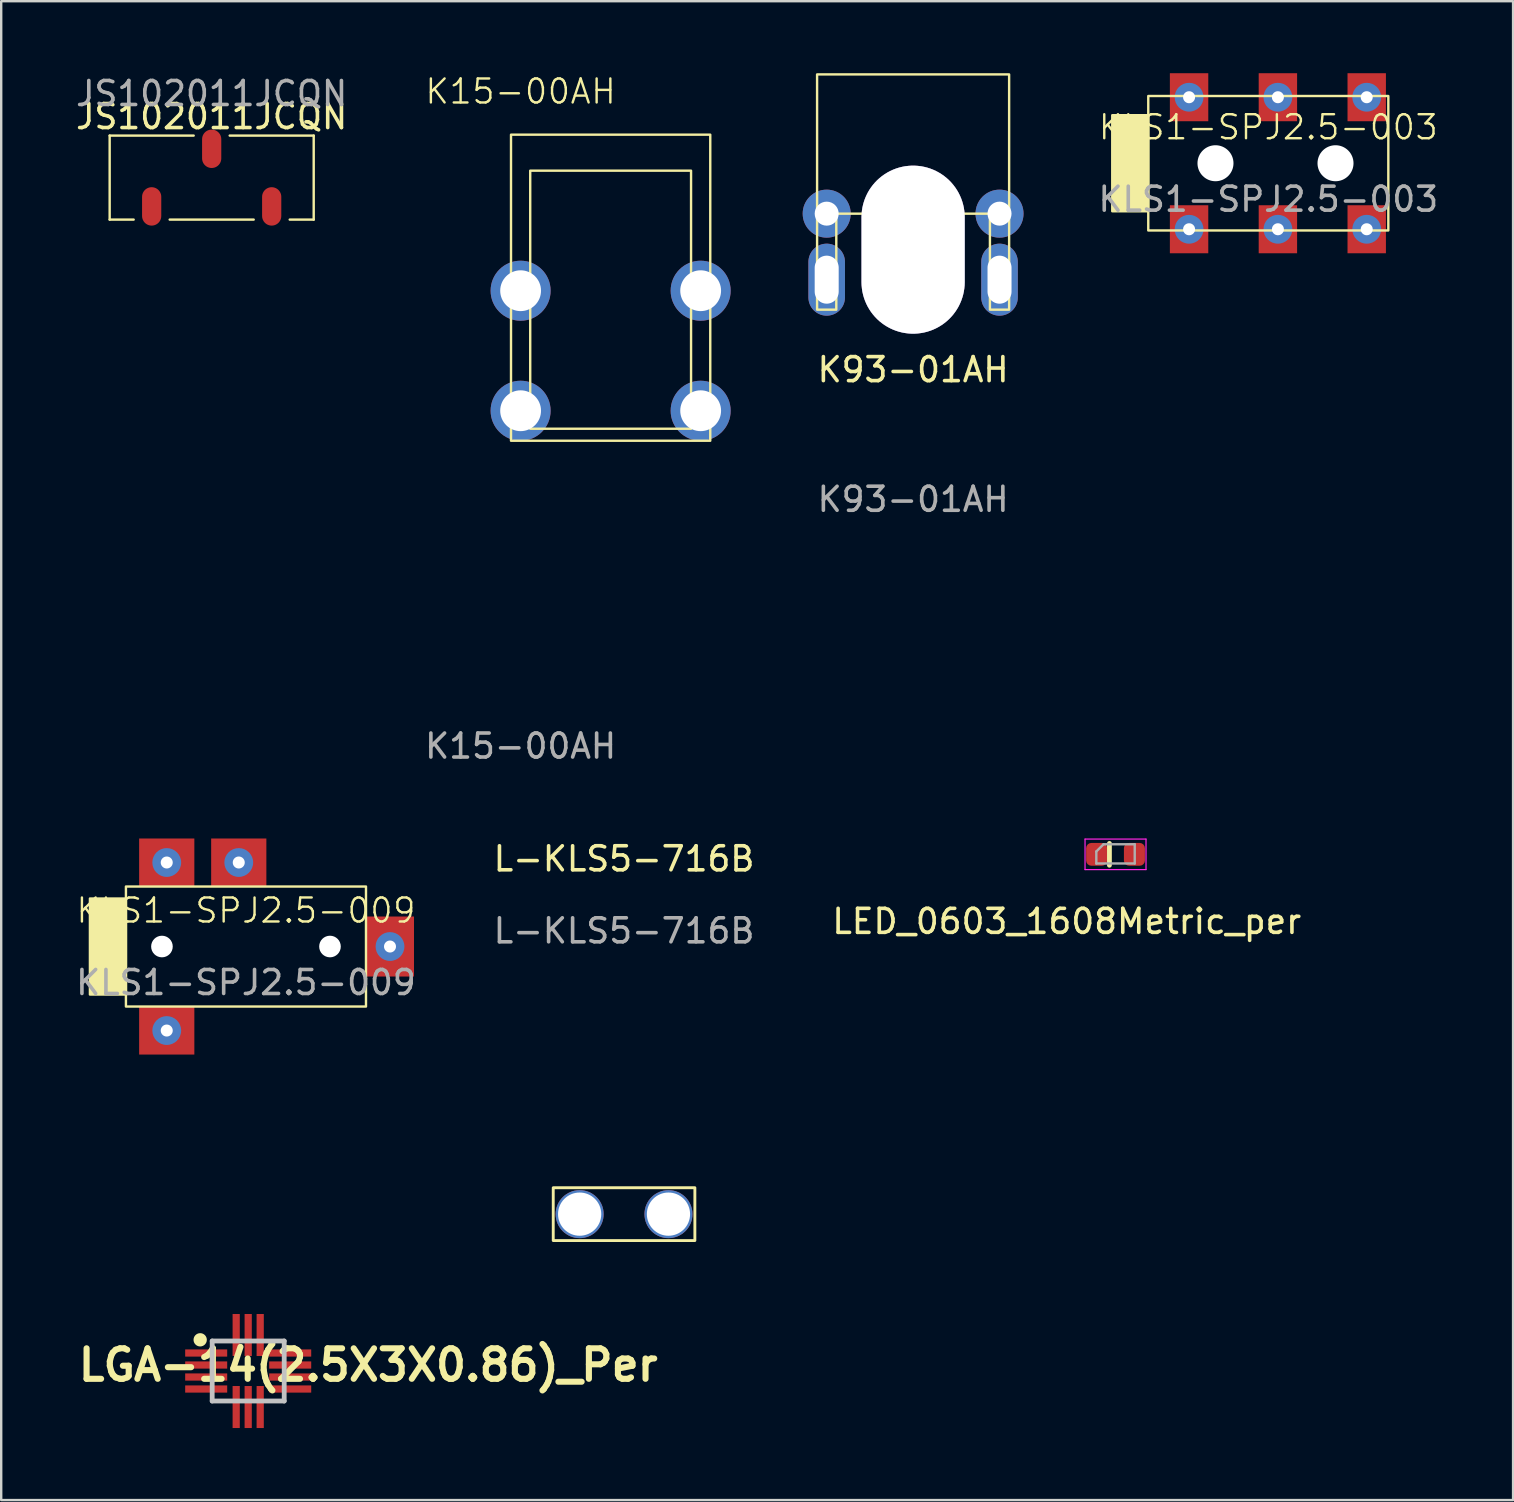
<source format=kicad_pcb>
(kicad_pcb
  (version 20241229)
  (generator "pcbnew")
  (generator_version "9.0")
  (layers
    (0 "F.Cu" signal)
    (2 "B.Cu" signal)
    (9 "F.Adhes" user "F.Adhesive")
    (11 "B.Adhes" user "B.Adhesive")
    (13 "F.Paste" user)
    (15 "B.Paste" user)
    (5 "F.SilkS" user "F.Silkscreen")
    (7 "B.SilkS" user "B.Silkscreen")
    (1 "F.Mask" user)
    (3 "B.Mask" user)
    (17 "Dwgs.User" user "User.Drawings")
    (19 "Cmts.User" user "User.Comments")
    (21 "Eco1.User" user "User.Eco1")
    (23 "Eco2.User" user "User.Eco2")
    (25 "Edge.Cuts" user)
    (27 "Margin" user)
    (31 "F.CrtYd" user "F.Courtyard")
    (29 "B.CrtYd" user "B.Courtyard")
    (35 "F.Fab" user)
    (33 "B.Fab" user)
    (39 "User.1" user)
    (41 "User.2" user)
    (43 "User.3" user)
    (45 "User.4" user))
  (footprint "KLS1-SPJ2.5-003"
    (layer "F.Cu")
    (at 50.083 3.75)
    (property "Reference" "KLS1-SPJ2.5-003" (at -0.3 -1.5 0) (unlocked yes) (layer "F.SilkS") (effects (font (size 1 1) (thickness 0.1))))
    (attr smd)
    (fp_rect (start -6.8 -2) (end -5.3 2) (stroke (width 0.1) (type solid)) (fill yes) (layer "F.SilkS"))
    (fp_rect (start -5.3 -2.8) (end 4.7 2.8) (stroke (width 0.1) (type default)) (fill no) (layer "F.SilkS"))
    (fp_text user "${REFERENCE}" (at -0.3 1.5 0) (unlocked yes) (layer "F.Fab") (effects (font (size 1 1) (thickness 0.15))))
    (pad "" np_thru_hole circle (at -2.5 0) (size 1.5 1.5) (drill 1.5) (layers "*.Cu" "*.Mask"))
    (pad "" np_thru_hole circle (at 2.5 0) (size 1.5 1.5) (drill 1.5) (layers "*.Cu" "*.Mask"))
    (pad "1" thru_hole circle (at -3.6 -2.75) (size 1.2 1.2) (drill 0.5) (layers "*.Cu" "*.Mask"))
    (pad "1" smd rect (at -3.6 -2.75) (size 1.6 2) (layers "F.Cu" "F.Mask" "F.Paste"))
    (pad "2" thru_hole circle (at 0.1 2.75) (size 1.2 1.2) (drill 0.5) (layers "*.Cu" "*.Mask"))
    (pad "2" smd rect (at 0.1 2.75) (size 1.6 2) (layers "F.Cu" "F.Mask" "F.Paste"))
    (pad "3" thru_hole circle (at 0.1 -2.75) (size 1.2 1.2) (drill 0.5) (layers "*.Cu" "*.Mask"))
    (pad "3" smd rect (at 0.1 -2.75) (size 1.6 2) (layers "F.Cu" "F.Mask" "F.Paste"))
    (pad "4" thru_hole circle (at -3.6 2.75) (size 1.2 1.2) (drill 0.5) (layers "*.Cu" "*.Mask"))
    (pad "4" smd rect (at -3.6 2.75) (size 1.6 2) (layers "F.Cu" "F.Mask" "F.Paste"))
    (pad "10" thru_hole circle (at 3.8 2.75) (size 1.2 1.2) (drill 0.5) (layers "*.Cu" "*.Mask"))
    (pad "10" smd rect (at 3.8 2.75) (size 1.6 2) (layers "F.Cu" "F.Mask" "F.Paste"))
    (pad "11" thru_hole circle (at 3.8 -2.75) (size 1.2 1.2) (drill 0.5) (layers "*.Cu" "*.Mask"))
    (pad "11" smd rect (at 3.8 -2.75) (size 1.6 2) (layers "F.Cu" "F.Mask" "F.Paste")))
  (footprint "K93-01AH"
    (layer "F.Cu")
    (at 34.987 9.85)
    (property "Reference" "K93-01AH" (at 0 2.5 0) (unlocked yes) (layer "F.SilkS") (effects (font (size 1 1) (thickness 0.15))))
    (attr through_hole)
    (fp_poly (pts (xy -4 0) (xy -3.2 0) (xy -3.2 -4) (xy 3.2 -4) (xy 3.2 0) (xy 4 0) (xy 4 -9.8) (xy -4 -9.8)) (stroke (width 0.1) (type solid)) (fill no) (layer "F.SilkS"))
    (fp_text user "${REFERENCE}" (at 0 7.9 0) (unlocked yes) (layer "F.Fab") (effects (font (size 1 1) (thickness 0.15))))
    (pad "1" thru_hole oval (at -3.6 -4) (size 2 2) (drill 1) (layers "*.Cu" "*.Mask"))
    (pad "1" thru_hole oval (at -3.6 -1.25) (size 1.524 3) (drill oval 1 2) (layers "*.Cu" "*.Mask"))
    (pad "1" thru_hole oval (at 0 -2.5) (size 4.3 7) (drill oval 4.3 7) (layers "*.Cu" "*.Mask"))
    (pad "1" thru_hole oval (at 3.6 -4) (size 2 2) (drill 1) (layers "*.Cu" "*.Mask"))
    (pad "1" thru_hole oval (at 3.6 -1.25) (size 1.524 3) (drill oval 1 2) (layers "*.Cu" "*.Mask")))
  (footprint "LGA-14(2.5X3X0.86)_Per"
    (layer "F.Cu")
    (at 7.289 54.062)
    (property "Reference" "LGA-14(2.5X3X0.86)_Per" (at 5 -0.25 0) (unlocked yes) (layer "F.SilkS") (effects (font (size 1.27 1.27) (thickness 0.254))))
    (attr smd)
    (fp_circle (center -2 -1.3) (end -1.85 -1.3) (stroke (width 0.254) (type solid)) (fill yes) (layer "F.SilkS"))
    (fp_line (start -1.5 -1.25) (end 1.5 -1.25) (stroke (width 0.2) (type solid)) (layer "Dwgs.User"))
    (fp_line (start -1.5 1.25) (end -1.5 -1.25) (stroke (width 0.2) (type solid)) (layer "Dwgs.User"))
    (fp_line (start 1.5 -1.25) (end 1.5 1.25) (stroke (width 0.2) (type solid)) (layer "Dwgs.User"))
    (fp_line (start 1.5 1.25) (end -1.5 1.25) (stroke (width 0.2) (type solid)) (layer "Dwgs.User"))
    (pad "1" smd rect (at -1.75 -0.75 90) (size 0.3 1.75) (layers "F.Cu" "F.Mask" "F.Paste"))
    (pad "2" smd rect (at -1.75 -0.25 90) (size 0.3 1.75) (layers "F.Cu" "F.Mask" "F.Paste"))
    (pad "3" smd rect (at -1.75 0.25 90) (size 0.3 1.75) (layers "F.Cu" "F.Mask" "F.Paste"))
    (pad "4" smd rect (at -1.75 0.75 90) (size 0.3 1.75) (layers "F.Cu" "F.Mask" "F.Paste"))
    (pad "5" smd rect (at -0.5 1.5) (size 0.3 1.75) (layers "F.Cu" "F.Mask" "F.Paste"))
    (pad "6" smd rect (at 0 1.5) (size 0.3 1.75) (layers "F.Cu" "F.Mask" "F.Paste"))
    (pad "7" smd rect (at 0.5 1.5) (size 0.3 1.75) (layers "F.Cu" "F.Mask" "F.Paste"))
    (pad "8" smd rect (at 1.75 0.75 90) (size 0.3 1.75) (layers "F.Cu" "F.Mask" "F.Paste"))
    (pad "9" smd rect (at 1.75 0.25 90) (size 0.3 1.75) (layers "F.Cu" "F.Mask" "F.Paste"))
    (pad "10" smd rect (at 1.75 -0.25 90) (size 0.3 1.75) (layers "F.Cu" "F.Mask" "F.Paste"))
    (pad "11" smd rect (at 1.75 -0.75 90) (size 0.3 1.75) (layers "F.Cu" "F.Mask" "F.Paste"))
    (pad "12" smd rect (at 0.5 -1.5) (size 0.3 1.75) (layers "F.Cu" "F.Mask" "F.Paste"))
    (pad "13" smd rect (at 0 -1.5) (size 0.3 1.75) (layers "F.Cu" "F.Mask" "F.Paste"))
    (pad "14" smd rect (at -0.5 -1.5) (size 0.3 1.75) (layers "F.Cu" "F.Mask" "F.Paste")))
  (footprint "K15-00AH"
    (layer "F.Cu")
    (at 18.637 14.06)
    (property "Reference" "K15-00AH" (at 0 -13.3 0) (unlocked yes) (layer "F.SilkS") (effects (font (size 1 1) (thickness 0.1))))
    (attr through_hole)
    (fp_rect (start -0.4 1.25) (end 7.9 -11.5) (stroke (width 0.1) (type default)) (fill no) (layer "F.SilkS"))
    (fp_rect (start 0.4 0.75) (end 7.1 -10) (stroke (width 0.1) (type default)) (fill no) (layer "F.SilkS"))
    (fp_text user "${REFERENCE}" (at 0 13.97 0) (unlocked yes) (layer "F.Fab") (effects (font (size 1 1) (thickness 0.15))))
    (pad "1" thru_hole circle (at 0 -5) (size 2.5 2.5) (drill 1.7) (layers "*.Cu" "*.Mask"))
    (pad "1" thru_hole circle (at 0 0) (size 2.5 2.5) (drill 1.7) (layers "*.Cu" "*.Mask"))
    (pad "1" thru_hole circle (at 7.5 -5) (size 2.5 2.5) (drill 1.7) (layers "*.Cu" "*.Mask"))
    (pad "1" thru_hole circle (at 7.5 0) (size 2.5 2.5) (drill 1.7) (layers "*.Cu" "*.Mask")))
  (footprint "L-KLS5-716B"
    (layer "F.Cu")
    (at 22.946 47.727)
    (property "Reference" "L-KLS5-716B" (at 0 -15 0) (unlocked yes) (layer "F.SilkS") (effects (font (size 1 1) (thickness 0.15))))
    (attr through_hole)
    (fp_rect (start -2.95 -1.3) (end 2.95 0.9) (stroke (width 0.12) (type default)) (fill no) (layer "F.SilkS"))
    (fp_text user "${REFERENCE}" (at 0 -12 0) (unlocked yes) (layer "F.Fab") (effects (font (size 1 1) (thickness 0.15))))
    (pad "1" thru_hole circle (at -1.85 -0.2) (size 2 2) (drill 1.8) (layers "*.Cu" "*.Mask"))
    (pad "1" thru_hole circle (at 1.85 -0.2) (size 2 2) (drill 1.8) (layers "*.Cu" "*.Mask")))
  (footprint "LED_0603_1608Metric_per"
    (layer "F.Cu")
    (at 43.419 32.539)
    (property "Reference" "LED_0603_1608Metric_per" (at -2.032 2.794 0) (layer "F.SilkS") (effects (font (size 1 1) (thickness 0.15))))
    (attr smd)
    (fp_line (start -0.254 -0.454) (end -0.254 0.454) (stroke (width 0.2) (type default)) (layer "F.SilkS"))
    (fp_line (start -1.27 -0.635) (end 1.27 -0.635) (stroke (width 0.05) (type solid)) (layer "F.CrtYd"))
    (fp_line (start -1.27 0.635) (end -1.27 -0.635) (stroke (width 0.05) (type solid)) (layer "F.CrtYd"))
    (fp_line (start 1.27 -0.635) (end 1.27 0.635) (stroke (width 0.05) (type solid)) (layer "F.CrtYd"))
    (fp_line (start 1.27 0.635) (end -1.27 0.635) (stroke (width 0.05) (type solid)) (layer "F.CrtYd"))
    (fp_line (start -0.8 -0.119) (end -0.8 0.381) (stroke (width 0.1) (type solid)) (layer "F.Fab"))
    (fp_line (start -0.8 0.381) (end 0.8 0.381) (stroke (width 0.1) (type solid)) (layer "F.Fab"))
    (fp_line (start -0.5 -0.419) (end -0.8 -0.119) (stroke (width 0.1) (type solid)) (layer "F.Fab"))
    (fp_line (start 0.8 -0.419) (end -0.5 -0.419) (stroke (width 0.1) (type solid)) (layer "F.Fab"))
    (fp_line (start 0.8 0.381) (end 0.8 -0.419) (stroke (width 0.1) (type solid)) (layer "F.Fab"))
    (pad "1" smd roundrect (at -0.787 0) (size 0.875 0.95) (layers "F.Cu" "F.Mask" "F.Paste") (roundrect_rratio 0.25))
    (pad "2" smd roundrect (at 0.787 0) (size 0.875 0.95) (layers "F.Cu" "F.Mask" "F.Paste") (roundrect_rratio 0.25)))
  (footprint "JS102011JCQN"
    (layer "F.Cu")
    (at 5.768 4.348)
    (property "Reference" "JS102011JCQN" (at 0 -2.54 0) (layer "F.SilkS") (effects (font (size 1 1) (thickness 0.15))))
    (attr through_hole)
    (fp_line (start -4.25 -1.75) (end -4.25 1.75) (stroke (width 0.1) (type default)) (layer "F.SilkS"))
    (fp_line (start -4.25 1.75) (end -3.25 1.75) (stroke (width 0.1) (type default)) (layer "F.SilkS"))
    (fp_line (start -1.75 1.75) (end 1.75 1.75) (stroke (width 0.1) (type default)) (layer "F.SilkS"))
    (fp_line (start -0.75 -1.75) (end -4.25 -1.75) (stroke (width 0.1) (type default)) (layer "F.SilkS"))
    (fp_line (start 3.25 1.75) (end 4.25 1.75) (stroke (width 0.1) (type default)) (layer "F.SilkS"))
    (fp_line (start 4.25 -1.75) (end 0.75 -1.75) (stroke (width 0.1) (type default)) (layer "F.SilkS"))
    (fp_line (start 4.25 1.75) (end 4.25 -1.75) (stroke (width 0.1) (type default)) (layer "F.SilkS"))
    (fp_text user "${REFERENCE}" (at 0 -3.5 0) (layer "F.Fab") (effects (font (size 1 1) (thickness 0.15))))
    (pad "1" smd oval (at 0 -1.2) (size 0.8 1.6) (layers "F.Cu" "F.Mask" "F.Paste"))
    (pad "2" smd oval (at -2.5 1.2) (size 0.8 1.6) (layers "F.Cu" "F.Mask" "F.Paste"))
    (pad "3" smd oval (at 2.5 1.2) (size 0.8 1.6) (layers "F.Cu" "F.Mask" "F.Paste")))
  (footprint "KLS1-SPJ2.5-009"
    (layer "F.Cu")
    (at 7.196 36.379)
    (property "Reference" "KLS1-SPJ2.5-009" (at 0 -1.5 0) (unlocked yes) (layer "F.SilkS") (effects (font (size 1 1) (thickness 0.1))))
    (attr smd)
    (fp_rect (start -6.5 -2) (end -5 2) (stroke (width 0.1) (type solid)) (fill yes) (layer "F.SilkS"))
    (fp_rect (start -5 -2.5) (end 5 2.5) (stroke (width 0.1) (type default)) (fill no) (layer "F.SilkS"))
    (fp_text user "${REFERENCE}" (at 0 1.5 0) (unlocked yes) (layer "F.Fab") (effects (font (size 1 1) (thickness 0.15))))
    (pad "" np_thru_hole circle (at -3.5 0) (size 0.9 0.9) (drill 0.9) (layers "*.Cu" "*.Mask"))
    (pad "" np_thru_hole circle (at 3.5 0) (size 0.9 0.9) (drill 0.9) (layers "*.Cu" "*.Mask"))
    (pad "1" thru_hole circle (at -3.3 -3.5) (size 1.2 1.2) (drill 0.5) (layers "*.Cu" "*.Mask"))
    (pad "1" smd rect (at -3.3 -3.5) (size 2.3 2) (layers "F.Cu" "F.Mask" "F.Paste"))
    (pad "2" thru_hole circle (at 6 0) (size 1.2 1.2) (drill 0.5) (layers "*.Cu" "*.Mask"))
    (pad "2" smd rect (at 6 0) (size 2 2.5) (layers "F.Cu" "F.Mask" "F.Paste"))
    (pad "3" thru_hole circle (at -0.3 -3.5) (size 1.2 1.2) (drill 0.5) (layers "*.Cu" "*.Mask"))
    (pad "3" smd rect (at -0.3 -3.5) (size 2.3 2) (layers "F.Cu" "F.Mask" "F.Paste"))
    (pad "4" thru_hole circle (at -3.3 3.5) (size 1.2 1.2) (drill 0.5) (layers "*.Cu" "*.Mask"))
    (pad "4" smd rect (at -3.3 3.5) (size 2.3 2) (layers "F.Cu" "F.Mask" "F.Paste")))
  (gr_rect
    (start -3 -3)
    (end 59.98 59.437)
    (stroke (width 0.1) (type default))
    (fill no)
    (layer "Edge.Cuts")))
</source>
